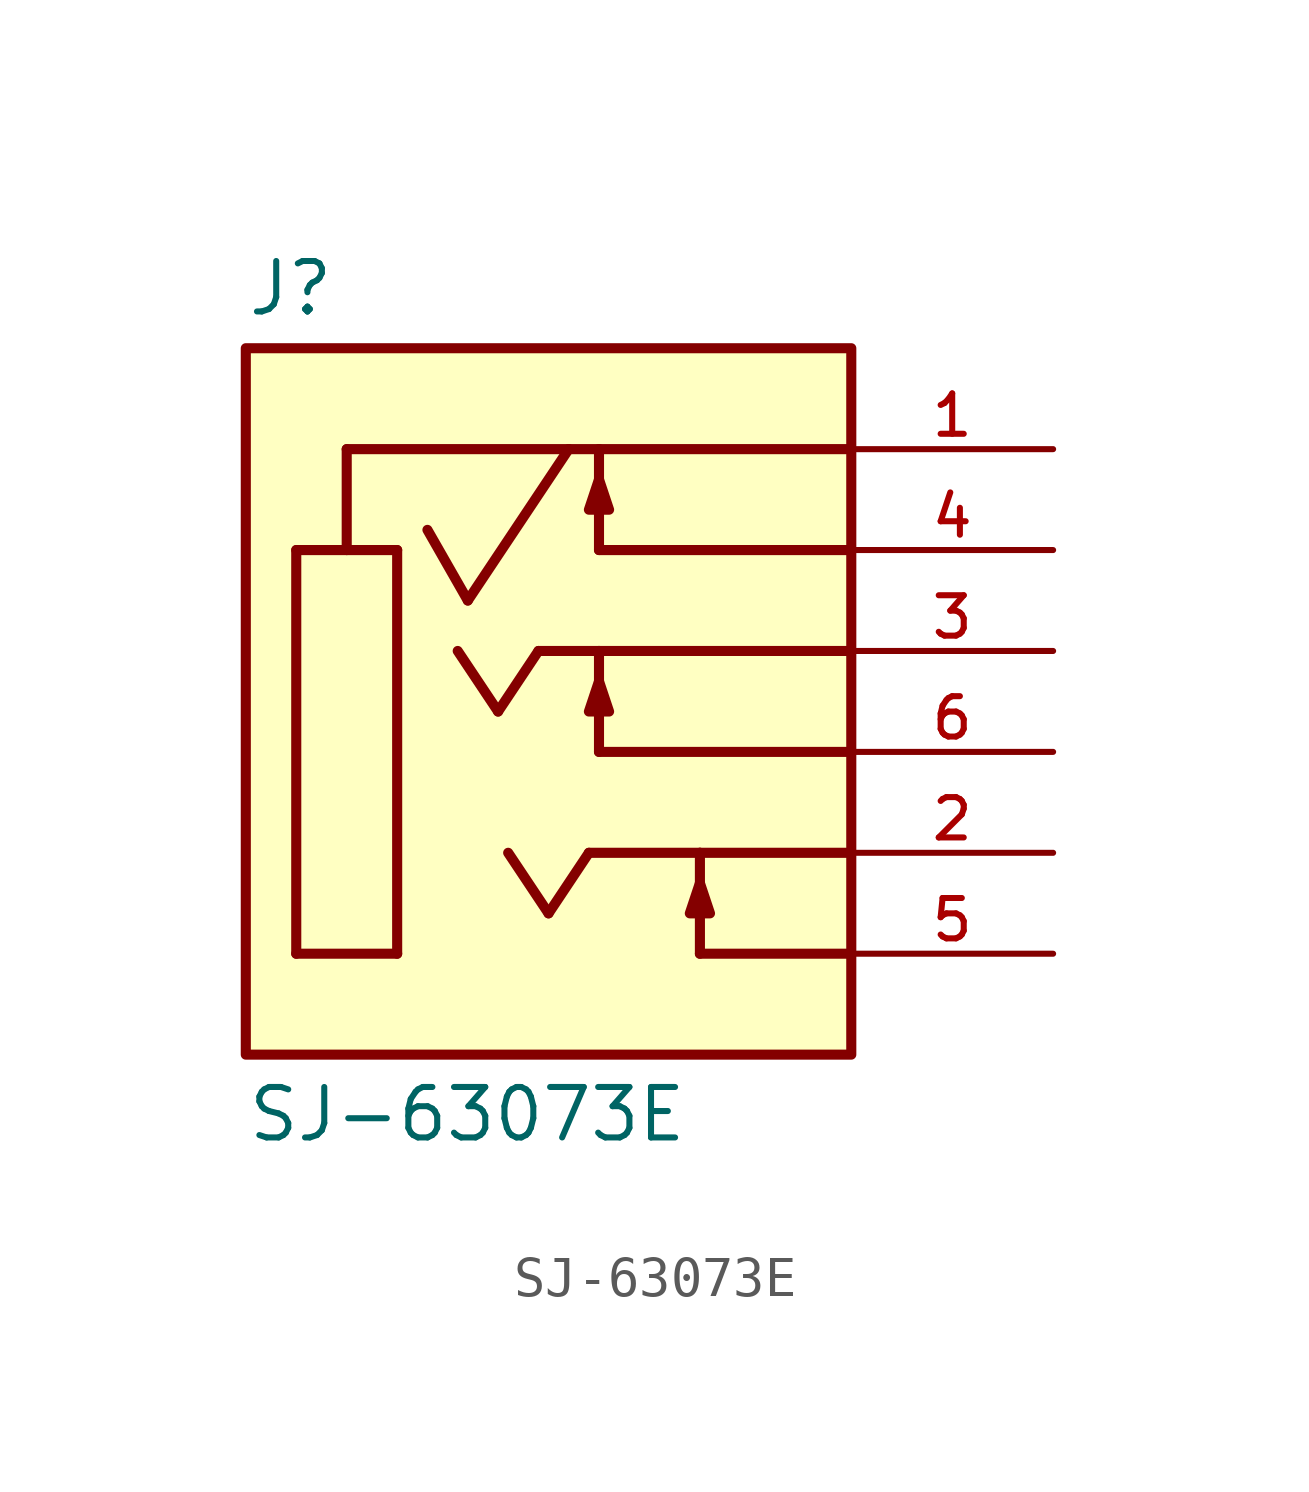
<source format=kicad_sym>
(kicad_symbol_lib
  (version 20211014)
  (generator kicad_symbol_editor)
  (symbol "SJ-63073E"
    (pin_names
      (offset 1.016))
    (property "Reference" "J"
      (at -7.62 8.382 0)
      (effects (font (size 1.27 1.27)) (justify bottom left)))
    (property "Value" "SJ-63073E"
      (at -7.62 -10.922 0)
      (effects (font (size 1.27 1.27)) (justify top left)))
    (symbol "SJ-63073E_0_0"
      (polyline (pts (xy -6.35 2.54) (xy -5.08 2.54)) (stroke (width 0.254)))
      (polyline (pts (xy -5.08 2.54) (xy -3.81 2.54)) (stroke (width 0.254)))
      (polyline (pts (xy -3.81 2.54) (xy -3.81 -7.62)) (stroke (width 0.254)))
      (polyline (pts (xy -3.81 -7.62) (xy -6.35 -7.62)) (stroke (width 0.254)))
      (polyline (pts (xy -6.35 -7.62) (xy -6.35 2.54)) (stroke (width 0.254)))
      (polyline (pts (xy -5.08 2.54) (xy -5.08 5.08)) (stroke (width 0.254)))
      (polyline (pts (xy -5.08 5.08) (xy 0.508 5.08)) (stroke (width 0.254)))
      (polyline (pts (xy 0.508 5.08) (xy 1.27 5.08)) (stroke (width 0.254)))
      (polyline (pts (xy 1.27 5.08) (xy 7.62 5.08)) (stroke (width 0.254)))
      (polyline (pts (xy -1.016 -5.08) (xy 0.0 -6.604)) (stroke (width 0.254)))
      (polyline (pts (xy 0.0 -6.604) (xy 1.016 -5.08)) (stroke (width 0.254)))
      (polyline (pts (xy 1.016 -5.08) (xy 3.81 -5.08)) (stroke (width 0.254)))
      (polyline (pts (xy 3.81 -5.08) (xy 7.62 -5.08)) (stroke (width 0.254)))
      (polyline (pts (xy 3.81 -7.62) (xy 7.62 -7.62)) (stroke (width 0.254)))
      (polyline (pts (xy 3.81 -5.842) (xy 4.064 -6.604) (xy 3.556 -6.604) (xy 3.81 -5.842)) (stroke (width 0.254)) (fill (type outline)))
      (polyline (pts (xy 3.81 -7.62) (xy 3.81 -5.08)) (stroke (width 0.254)))
      (polyline (pts (xy 1.27 2.54) (xy 7.62 2.54)) (stroke (width 0.254)))
      (polyline (pts (xy 1.27 4.318) (xy 1.524 3.556) (xy 1.016 3.556) (xy 1.27 4.318)) (stroke (width 0.254)) (fill (type outline)))
      (polyline (pts (xy 1.27 2.54) (xy 1.27 5.08)) (stroke (width 0.254)))
      (polyline (pts (xy 0.508 5.08) (xy -2.032 1.27)) (stroke (width 0.254)))
      (polyline (pts (xy -2.032 1.27) (xy -3.048 3.048)) (stroke (width 0.254)))
      (polyline (pts (xy -2.286 0.0) (xy -1.27 -1.524)) (stroke (width 0.254)))
      (polyline (pts (xy -1.27 -1.524) (xy -0.254 0.0)) (stroke (width 0.254)))
      (polyline (pts (xy -0.254 0.0) (xy 1.27 0.0)) (stroke (width 0.254)))
      (polyline (pts (xy 1.27 0.0) (xy 7.62 0.0)) (stroke (width 0.254)))
      (polyline (pts (xy 1.27 -2.54) (xy 7.62 -2.54)) (stroke (width 0.254)))
      (polyline (pts (xy 1.27 -0.762) (xy 1.524 -1.524) (xy 1.016 -1.524) (xy 1.27 -0.762)) (stroke (width 0.254)) (fill (type outline)))
      (polyline (pts (xy 1.27 -2.54) (xy 1.27 0.0)) (stroke (width 0.254)))
      (rectangle (start -7.62 -10.16) (end 7.62 7.62) (stroke (width 0.254)) (fill (type background)))
      (pin passive line (at 12.7 5.08 180.0) (length 5.08) (name "~" (effects (font (size 1.016 1.016)))) (number "1" (effects (font (size 1.016 1.016)))))
      (pin passive line (at 12.7 2.54 180.0) (length 5.08) (name "~" (effects (font (size 1.016 1.016)))) (number "4" (effects (font (size 1.016 1.016)))))
      (pin passive line (at 12.7 -5.08 180.0) (length 5.08) (name "~" (effects (font (size 1.016 1.016)))) (number "2" (effects (font (size 1.016 1.016)))))
      (pin passive line (at 12.7 -7.62 180.0) (length 5.08) (name "~" (effects (font (size 1.016 1.016)))) (number "5" (effects (font (size 1.016 1.016)))))
      (pin passive line (at 12.7 0.0 180.0) (length 5.08) (name "~" (effects (font (size 1.016 1.016)))) (number "3" (effects (font (size 1.016 1.016)))))
      (pin passive line (at 12.7 -2.54 180.0) (length 5.08) (name "~" (effects (font (size 1.016 1.016)))) (number "6" (effects (font (size 1.016 1.016))))))))
</source>
